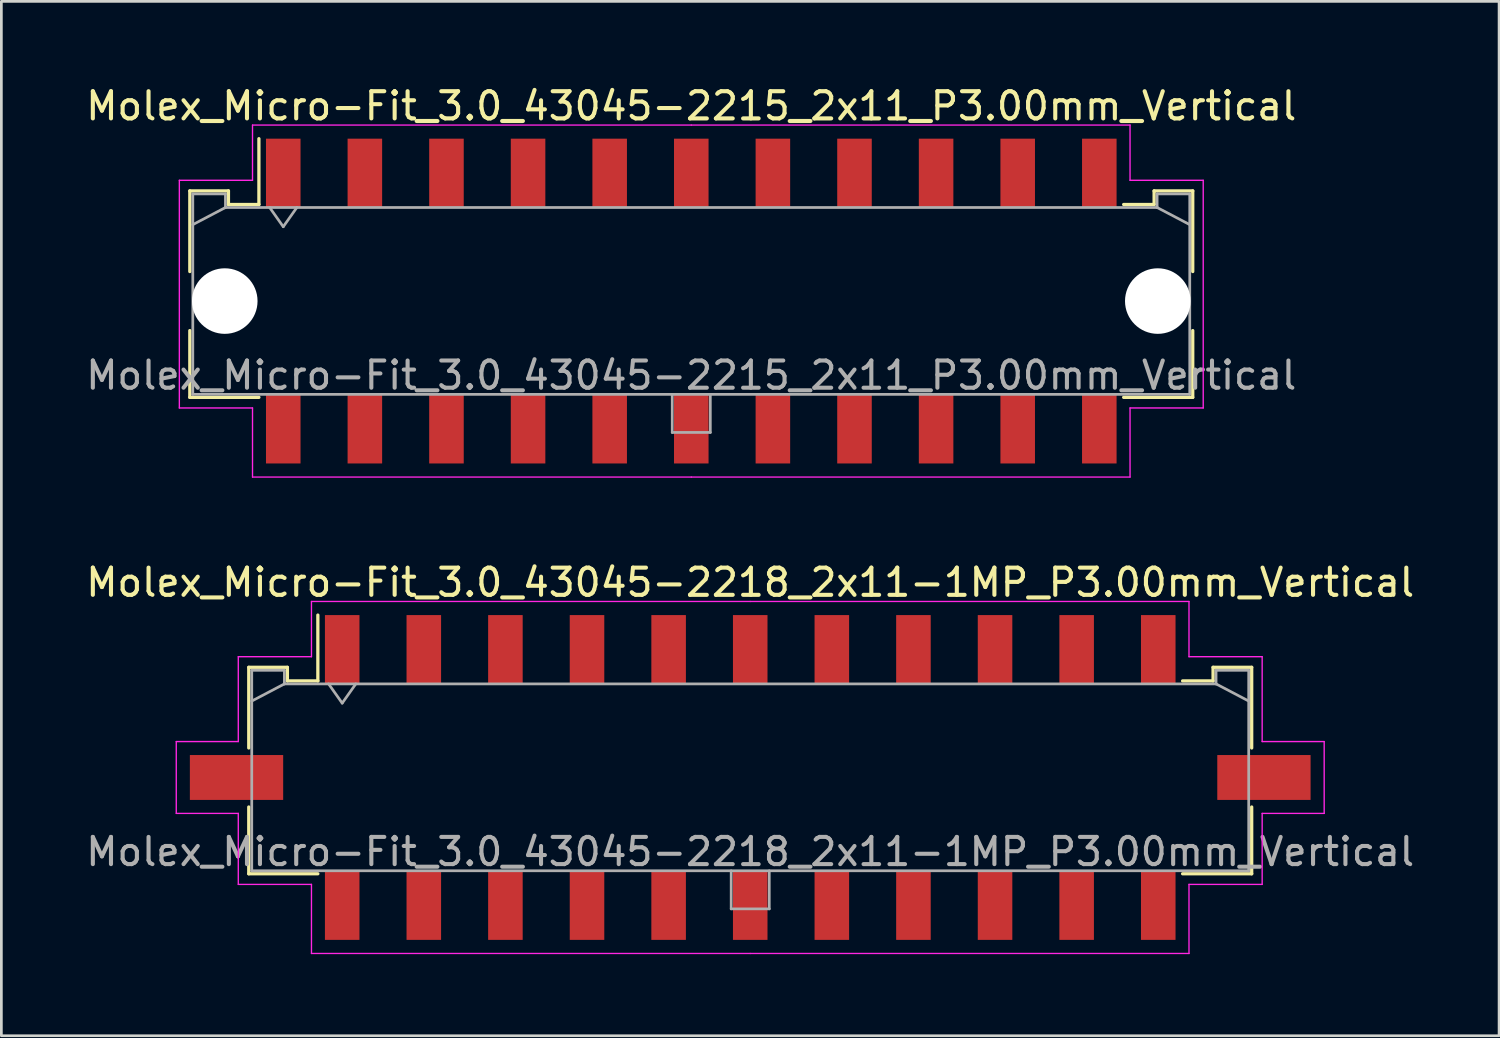
<source format=kicad_pcb>
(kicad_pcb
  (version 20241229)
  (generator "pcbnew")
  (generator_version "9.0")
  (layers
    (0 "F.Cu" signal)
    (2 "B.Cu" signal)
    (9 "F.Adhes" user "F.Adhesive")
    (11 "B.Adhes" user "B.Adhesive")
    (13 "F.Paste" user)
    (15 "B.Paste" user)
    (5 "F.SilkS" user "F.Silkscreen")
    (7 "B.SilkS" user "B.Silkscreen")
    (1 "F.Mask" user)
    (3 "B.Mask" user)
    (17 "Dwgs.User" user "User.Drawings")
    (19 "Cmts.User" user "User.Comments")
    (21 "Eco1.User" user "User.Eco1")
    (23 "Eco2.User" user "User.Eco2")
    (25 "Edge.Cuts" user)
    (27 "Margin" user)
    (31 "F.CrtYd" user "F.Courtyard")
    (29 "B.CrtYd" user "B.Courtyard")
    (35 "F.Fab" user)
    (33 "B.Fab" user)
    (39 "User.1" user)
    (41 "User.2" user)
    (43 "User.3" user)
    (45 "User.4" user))
  (footprint "Molex_Micro-Fit_3.0_43045-2218_2x11-1MP_P3.00mm_Vertical"
    (layer "F.Cu")
    (at 24.53 25.532)
    (property "Reference" "Molex_Micro-Fit_3.0_43045-2218_2x11-1MP_P3.00mm_Vertical" (at 0 -7.17 0) (layer "F.SilkS") (effects (font (size 1 1) (thickness 0.15))))
    (attr smd)
    (fp_line (start -18.435 -4.05) (end -17.015 -4.05) (stroke (width 0.12) (type solid)) (layer "F.SilkS"))
    (fp_line (start -18.435 -1.085) (end -18.435 -4.05) (stroke (width 0.12) (type solid)) (layer "F.SilkS"))
    (fp_line (start -18.435 1.085) (end -18.435 3.54) (stroke (width 0.12) (type solid)) (layer "F.SilkS"))
    (fp_line (start -18.435 3.54) (end -15.895 3.54) (stroke (width 0.12) (type solid)) (layer "F.SilkS"))
    (fp_line (start -17.015 -4.05) (end -17.015 -3.55) (stroke (width 0.12) (type solid)) (layer "F.SilkS"))
    (fp_line (start -17.015 -3.55) (end -15.895 -3.55) (stroke (width 0.12) (type solid)) (layer "F.SilkS"))
    (fp_line (start -15.895 -3.55) (end -15.895 -5.97) (stroke (width 0.12) (type solid)) (layer "F.SilkS"))
    (fp_line (start 17.015 -4.05) (end 17.015 -3.55) (stroke (width 0.12) (type solid)) (layer "F.SilkS"))
    (fp_line (start 17.015 -3.55) (end 15.895 -3.55) (stroke (width 0.12) (type solid)) (layer "F.SilkS"))
    (fp_line (start 18.435 -4.05) (end 17.015 -4.05) (stroke (width 0.12) (type solid)) (layer "F.SilkS"))
    (fp_line (start 18.435 -1.085) (end 18.435 -4.05) (stroke (width 0.12) (type solid)) (layer "F.SilkS"))
    (fp_line (start 18.435 1.085) (end 18.435 3.54) (stroke (width 0.12) (type solid)) (layer "F.SilkS"))
    (fp_line (start 18.435 3.54) (end 15.895 3.54) (stroke (width 0.12) (type solid)) (layer "F.SilkS"))
    (fp_line (start -21.1 -1.32) (end -21.1 1.32) (stroke (width 0.05) (type solid)) (layer "F.CrtYd"))
    (fp_line (start -21.1 1.32) (end -18.82 1.32) (stroke (width 0.05) (type solid)) (layer "F.CrtYd"))
    (fp_line (start -18.82 -4.44) (end -18.82 -1.32) (stroke (width 0.05) (type solid)) (layer "F.CrtYd"))
    (fp_line (start -18.82 -1.32) (end -21.1 -1.32) (stroke (width 0.05) (type solid)) (layer "F.CrtYd"))
    (fp_line (start -18.82 1.32) (end -18.82 3.93) (stroke (width 0.05) (type solid)) (layer "F.CrtYd"))
    (fp_line (start -18.82 3.93) (end -16.13 3.93) (stroke (width 0.05) (type solid)) (layer "F.CrtYd"))
    (fp_line (start -16.13 -6.47) (end -16.13 -4.44) (stroke (width 0.05) (type solid)) (layer "F.CrtYd"))
    (fp_line (start -16.13 -4.44) (end -18.82 -4.44) (stroke (width 0.05) (type solid)) (layer "F.CrtYd"))
    (fp_line (start -16.13 3.93) (end -16.13 6.47) (stroke (width 0.05) (type solid)) (layer "F.CrtYd"))
    (fp_line (start -16.13 6.47) (end 0 6.47) (stroke (width 0.05) (type solid)) (layer "F.CrtYd"))
    (fp_line (start 0 -6.47) (end -16.13 -6.47) (stroke (width 0.05) (type solid)) (layer "F.CrtYd"))
    (fp_line (start 0 -6.47) (end 16.13 -6.47) (stroke (width 0.05) (type solid)) (layer "F.CrtYd"))
    (fp_line (start 16.13 -6.47) (end 16.13 -4.44) (stroke (width 0.05) (type solid)) (layer "F.CrtYd"))
    (fp_line (start 16.13 -4.44) (end 18.82 -4.44) (stroke (width 0.05) (type solid)) (layer "F.CrtYd"))
    (fp_line (start 16.13 3.93) (end 16.13 6.47) (stroke (width 0.05) (type solid)) (layer "F.CrtYd"))
    (fp_line (start 16.13 6.47) (end 0 6.47) (stroke (width 0.05) (type solid)) (layer "F.CrtYd"))
    (fp_line (start 18.82 -4.44) (end 18.82 -1.32) (stroke (width 0.05) (type solid)) (layer "F.CrtYd"))
    (fp_line (start 18.82 -1.32) (end 21.1 -1.32) (stroke (width 0.05) (type solid)) (layer "F.CrtYd"))
    (fp_line (start 18.82 1.32) (end 18.82 3.93) (stroke (width 0.05) (type solid)) (layer "F.CrtYd"))
    (fp_line (start 18.82 3.93) (end 16.13 3.93) (stroke (width 0.05) (type solid)) (layer "F.CrtYd"))
    (fp_line (start 21.1 -1.32) (end 21.1 1.32) (stroke (width 0.05) (type solid)) (layer "F.CrtYd"))
    (fp_line (start 21.1 1.32) (end 18.82 1.32) (stroke (width 0.05) (type solid)) (layer "F.CrtYd"))
    (fp_line (start -18.325 -3.94) (end -18.325 3.43) (stroke (width 0.1) (type solid)) (layer "F.Fab"))
    (fp_line (start -18.325 -2.81) (end -17.125 -3.44) (stroke (width 0.1) (type solid)) (layer "F.Fab"))
    (fp_line (start -18.325 3.43) (end 18.325 3.43) (stroke (width 0.1) (type solid)) (layer "F.Fab"))
    (fp_line (start -17.125 -3.94) (end -18.325 -3.94) (stroke (width 0.1) (type solid)) (layer "F.Fab"))
    (fp_line (start -17.125 -3.44) (end -17.125 -3.94) (stroke (width 0.1) (type solid)) (layer "F.Fab"))
    (fp_line (start -15.5 -3.44) (end -15 -2.733) (stroke (width 0.1) (type solid)) (layer "F.Fab"))
    (fp_line (start -15 -2.733) (end -14.5 -3.44) (stroke (width 0.1) (type solid)) (layer "F.Fab"))
    (fp_line (start -0.7 3.43) (end -0.7 4.83) (stroke (width 0.1) (type solid)) (layer "F.Fab"))
    (fp_line (start -0.7 4.83) (end 0.7 4.83) (stroke (width 0.1) (type solid)) (layer "F.Fab"))
    (fp_line (start 0.7 4.83) (end 0.7 3.43) (stroke (width 0.1) (type solid)) (layer "F.Fab"))
    (fp_line (start 17.125 -3.94) (end 17.125 -3.44) (stroke (width 0.1) (type solid)) (layer "F.Fab"))
    (fp_line (start 17.125 -3.44) (end -17.125 -3.44) (stroke (width 0.1) (type solid)) (layer "F.Fab"))
    (fp_line (start 18.325 -3.94) (end 17.125 -3.94) (stroke (width 0.1) (type solid)) (layer "F.Fab"))
    (fp_line (start 18.325 -2.81) (end 17.125 -3.44) (stroke (width 0.1) (type solid)) (layer "F.Fab"))
    (fp_line (start 18.325 3.43) (end 18.325 -3.94) (stroke (width 0.1) (type solid)) (layer "F.Fab"))
    (fp_text user "${REFERENCE}" (at 0 2.73 0) (layer "F.Fab") (effects (font (size 1 1) (thickness 0.15))))
    (pad "1" smd rect (at -15 -4.7) (size 1.27 2.54) (layers "F.Cu" "F.Mask" "F.Paste"))
    (pad "2" smd rect (at -12 -4.7) (size 1.27 2.54) (layers "F.Cu" "F.Mask" "F.Paste"))
    (pad "3" smd rect (at -9 -4.7) (size 1.27 2.54) (layers "F.Cu" "F.Mask" "F.Paste"))
    (pad "4" smd rect (at -6 -4.7) (size 1.27 2.54) (layers "F.Cu" "F.Mask" "F.Paste"))
    (pad "5" smd rect (at -3 -4.7) (size 1.27 2.54) (layers "F.Cu" "F.Mask" "F.Paste"))
    (pad "6" smd rect (at 0 -4.7) (size 1.27 2.54) (layers "F.Cu" "F.Mask" "F.Paste"))
    (pad "7" smd rect (at 3 -4.7) (size 1.27 2.54) (layers "F.Cu" "F.Mask" "F.Paste"))
    (pad "8" smd rect (at 6 -4.7) (size 1.27 2.54) (layers "F.Cu" "F.Mask" "F.Paste"))
    (pad "9" smd rect (at 9 -4.7) (size 1.27 2.54) (layers "F.Cu" "F.Mask" "F.Paste"))
    (pad "10" smd rect (at 12 -4.7) (size 1.27 2.54) (layers "F.Cu" "F.Mask" "F.Paste"))
    (pad "11" smd rect (at 15 -4.7) (size 1.27 2.54) (layers "F.Cu" "F.Mask" "F.Paste"))
    (pad "12" smd rect (at -15 4.7) (size 1.27 2.54) (layers "F.Cu" "F.Mask" "F.Paste"))
    (pad "13" smd rect (at -12 4.7) (size 1.27 2.54) (layers "F.Cu" "F.Mask" "F.Paste"))
    (pad "14" smd rect (at -9 4.7) (size 1.27 2.54) (layers "F.Cu" "F.Mask" "F.Paste"))
    (pad "15" smd rect (at -6 4.7) (size 1.27 2.54) (layers "F.Cu" "F.Mask" "F.Paste"))
    (pad "16" smd rect (at -3 4.7) (size 1.27 2.54) (layers "F.Cu" "F.Mask" "F.Paste"))
    (pad "17" smd rect (at 0 4.7) (size 1.27 2.54) (layers "F.Cu" "F.Mask" "F.Paste"))
    (pad "18" smd rect (at 3 4.7) (size 1.27 2.54) (layers "F.Cu" "F.Mask" "F.Paste"))
    (pad "19" smd rect (at 6 4.7) (size 1.27 2.54) (layers "F.Cu" "F.Mask" "F.Paste"))
    (pad "20" smd rect (at 9 4.7) (size 1.27 2.54) (layers "F.Cu" "F.Mask" "F.Paste"))
    (pad "21" smd rect (at 12 4.7) (size 1.27 2.54) (layers "F.Cu" "F.Mask" "F.Paste"))
    (pad "22" smd rect (at 15 4.7) (size 1.27 2.54) (layers "F.Cu" "F.Mask" "F.Paste"))
    (pad "MP" smd rect (at -18.885 0) (size 3.43 1.65) (layers "F.Cu" "F.Mask" "F.Paste"))
    (pad "MP" smd rect (at 18.885 0) (size 3.43 1.65) (layers "F.Cu" "F.Mask" "F.Paste")))
  (footprint "Molex_Micro-Fit_3.0_43045-2215_2x11_P3.00mm_Vertical"
    (layer "F.Cu")
    (at 22.363 8.018)
    (property "Reference" "Molex_Micro-Fit_3.0_43045-2215_2x11_P3.00mm_Vertical" (at 0 -7.17 0) (layer "F.SilkS") (effects (font (size 1 1) (thickness 0.15))))
    (attr smd)
    (fp_line (start -18.435 -4.05) (end -17.015 -4.05) (stroke (width 0.12) (type solid)) (layer "F.SilkS"))
    (fp_line (start -18.435 -1.085) (end -18.435 -4.05) (stroke (width 0.12) (type solid)) (layer "F.SilkS"))
    (fp_line (start -18.435 1.085) (end -18.435 3.54) (stroke (width 0.12) (type solid)) (layer "F.SilkS"))
    (fp_line (start -18.435 3.54) (end -15.895 3.54) (stroke (width 0.12) (type solid)) (layer "F.SilkS"))
    (fp_line (start -17.015 -4.05) (end -17.015 -3.55) (stroke (width 0.12) (type solid)) (layer "F.SilkS"))
    (fp_line (start -17.015 -3.55) (end -15.895 -3.55) (stroke (width 0.12) (type solid)) (layer "F.SilkS"))
    (fp_line (start -15.895 -3.55) (end -15.895 -5.97) (stroke (width 0.12) (type solid)) (layer "F.SilkS"))
    (fp_line (start 17.015 -4.05) (end 17.015 -3.55) (stroke (width 0.12) (type solid)) (layer "F.SilkS"))
    (fp_line (start 17.015 -3.55) (end 15.895 -3.55) (stroke (width 0.12) (type solid)) (layer "F.SilkS"))
    (fp_line (start 18.435 -4.05) (end 17.015 -4.05) (stroke (width 0.12) (type solid)) (layer "F.SilkS"))
    (fp_line (start 18.435 -1.085) (end 18.435 -4.05) (stroke (width 0.12) (type solid)) (layer "F.SilkS"))
    (fp_line (start 18.435 1.085) (end 18.435 3.54) (stroke (width 0.12) (type solid)) (layer "F.SilkS"))
    (fp_line (start 18.435 3.54) (end 15.895 3.54) (stroke (width 0.12) (type solid)) (layer "F.SilkS"))
    (fp_line (start -18.82 -4.44) (end -18.82 3.93) (stroke (width 0.05) (type solid)) (layer "F.CrtYd"))
    (fp_line (start -18.82 3.93) (end -16.13 3.93) (stroke (width 0.05) (type solid)) (layer "F.CrtYd"))
    (fp_line (start -16.13 -6.47) (end -16.13 -4.44) (stroke (width 0.05) (type solid)) (layer "F.CrtYd"))
    (fp_line (start -16.13 -4.44) (end -18.82 -4.44) (stroke (width 0.05) (type solid)) (layer "F.CrtYd"))
    (fp_line (start -16.13 3.93) (end -16.13 6.47) (stroke (width 0.05) (type solid)) (layer "F.CrtYd"))
    (fp_line (start -16.13 6.47) (end 0 6.47) (stroke (width 0.05) (type solid)) (layer "F.CrtYd"))
    (fp_line (start 0 -6.47) (end -16.13 -6.47) (stroke (width 0.05) (type solid)) (layer "F.CrtYd"))
    (fp_line (start 0 -6.47) (end 16.13 -6.47) (stroke (width 0.05) (type solid)) (layer "F.CrtYd"))
    (fp_line (start 16.13 -6.47) (end 16.13 -4.44) (stroke (width 0.05) (type solid)) (layer "F.CrtYd"))
    (fp_line (start 16.13 -4.44) (end 18.82 -4.44) (stroke (width 0.05) (type solid)) (layer "F.CrtYd"))
    (fp_line (start 16.13 3.93) (end 16.13 6.47) (stroke (width 0.05) (type solid)) (layer "F.CrtYd"))
    (fp_line (start 16.13 6.47) (end 0 6.47) (stroke (width 0.05) (type solid)) (layer "F.CrtYd"))
    (fp_line (start 18.82 -4.44) (end 18.82 3.93) (stroke (width 0.05) (type solid)) (layer "F.CrtYd"))
    (fp_line (start 18.82 3.93) (end 16.13 3.93) (stroke (width 0.05) (type solid)) (layer "F.CrtYd"))
    (fp_line (start -18.325 -3.94) (end -18.325 3.43) (stroke (width 0.1) (type solid)) (layer "F.Fab"))
    (fp_line (start -18.325 -2.81) (end -17.125 -3.44) (stroke (width 0.1) (type solid)) (layer "F.Fab"))
    (fp_line (start -18.325 3.43) (end 18.325 3.43) (stroke (width 0.1) (type solid)) (layer "F.Fab"))
    (fp_line (start -17.125 -3.94) (end -18.325 -3.94) (stroke (width 0.1) (type solid)) (layer "F.Fab"))
    (fp_line (start -17.125 -3.44) (end -17.125 -3.94) (stroke (width 0.1) (type solid)) (layer "F.Fab"))
    (fp_line (start -15.5 -3.44) (end -15 -2.733) (stroke (width 0.1) (type solid)) (layer "F.Fab"))
    (fp_line (start -15 -2.733) (end -14.5 -3.44) (stroke (width 0.1) (type solid)) (layer "F.Fab"))
    (fp_line (start -0.7 3.43) (end -0.7 4.83) (stroke (width 0.1) (type solid)) (layer "F.Fab"))
    (fp_line (start -0.7 4.83) (end 0.7 4.83) (stroke (width 0.1) (type solid)) (layer "F.Fab"))
    (fp_line (start 0.7 4.83) (end 0.7 3.43) (stroke (width 0.1) (type solid)) (layer "F.Fab"))
    (fp_line (start 17.125 -3.94) (end 17.125 -3.44) (stroke (width 0.1) (type solid)) (layer "F.Fab"))
    (fp_line (start 17.125 -3.44) (end -17.125 -3.44) (stroke (width 0.1) (type solid)) (layer "F.Fab"))
    (fp_line (start 18.325 -3.94) (end 17.125 -3.94) (stroke (width 0.1) (type solid)) (layer "F.Fab"))
    (fp_line (start 18.325 -2.81) (end 17.125 -3.44) (stroke (width 0.1) (type solid)) (layer "F.Fab"))
    (fp_line (start 18.325 3.43) (end 18.325 -3.94) (stroke (width 0.1) (type solid)) (layer "F.Fab"))
    (fp_text user "${REFERENCE}" (at 0 2.73 0) (layer "F.Fab") (effects (font (size 1 1) (thickness 0.15))))
    (pad "" np_thru_hole circle (at -17.15 0) (size 2.41 2.41) (drill 2.41) (layers "*.Cu" "*.Mask"))
    (pad "" np_thru_hole circle (at 17.15 0) (size 2.41 2.41) (drill 2.41) (layers "*.Cu" "*.Mask"))
    (pad "1" smd rect (at -15 -4.7) (size 1.27 2.54) (layers "F.Cu" "F.Mask" "F.Paste"))
    (pad "2" smd rect (at -12 -4.7) (size 1.27 2.54) (layers "F.Cu" "F.Mask" "F.Paste"))
    (pad "3" smd rect (at -9 -4.7) (size 1.27 2.54) (layers "F.Cu" "F.Mask" "F.Paste"))
    (pad "4" smd rect (at -6 -4.7) (size 1.27 2.54) (layers "F.Cu" "F.Mask" "F.Paste"))
    (pad "5" smd rect (at -3 -4.7) (size 1.27 2.54) (layers "F.Cu" "F.Mask" "F.Paste"))
    (pad "6" smd rect (at 0 -4.7) (size 1.27 2.54) (layers "F.Cu" "F.Mask" "F.Paste"))
    (pad "7" smd rect (at 3 -4.7) (size 1.27 2.54) (layers "F.Cu" "F.Mask" "F.Paste"))
    (pad "8" smd rect (at 6 -4.7) (size 1.27 2.54) (layers "F.Cu" "F.Mask" "F.Paste"))
    (pad "9" smd rect (at 9 -4.7) (size 1.27 2.54) (layers "F.Cu" "F.Mask" "F.Paste"))
    (pad "10" smd rect (at 12 -4.7) (size 1.27 2.54) (layers "F.Cu" "F.Mask" "F.Paste"))
    (pad "11" smd rect (at 15 -4.7) (size 1.27 2.54) (layers "F.Cu" "F.Mask" "F.Paste"))
    (pad "12" smd rect (at -15 4.7) (size 1.27 2.54) (layers "F.Cu" "F.Mask" "F.Paste"))
    (pad "13" smd rect (at -12 4.7) (size 1.27 2.54) (layers "F.Cu" "F.Mask" "F.Paste"))
    (pad "14" smd rect (at -9 4.7) (size 1.27 2.54) (layers "F.Cu" "F.Mask" "F.Paste"))
    (pad "15" smd rect (at -6 4.7) (size 1.27 2.54) (layers "F.Cu" "F.Mask" "F.Paste"))
    (pad "16" smd rect (at -3 4.7) (size 1.27 2.54) (layers "F.Cu" "F.Mask" "F.Paste"))
    (pad "17" smd rect (at 0 4.7) (size 1.27 2.54) (layers "F.Cu" "F.Mask" "F.Paste"))
    (pad "18" smd rect (at 3 4.7) (size 1.27 2.54) (layers "F.Cu" "F.Mask" "F.Paste"))
    (pad "19" smd rect (at 6 4.7) (size 1.27 2.54) (layers "F.Cu" "F.Mask" "F.Paste"))
    (pad "20" smd rect (at 9 4.7) (size 1.27 2.54) (layers "F.Cu" "F.Mask" "F.Paste"))
    (pad "21" smd rect (at 12 4.7) (size 1.27 2.54) (layers "F.Cu" "F.Mask" "F.Paste"))
    (pad "22" smd rect (at 15 4.7) (size 1.27 2.54) (layers "F.Cu" "F.Mask" "F.Paste")))
  (gr_rect
    (start -3 -3)
    (end 52.06 35.026)
    (stroke (width 0.1) (type default))
    (fill no)
    (layer "Edge.Cuts")))
</source>
